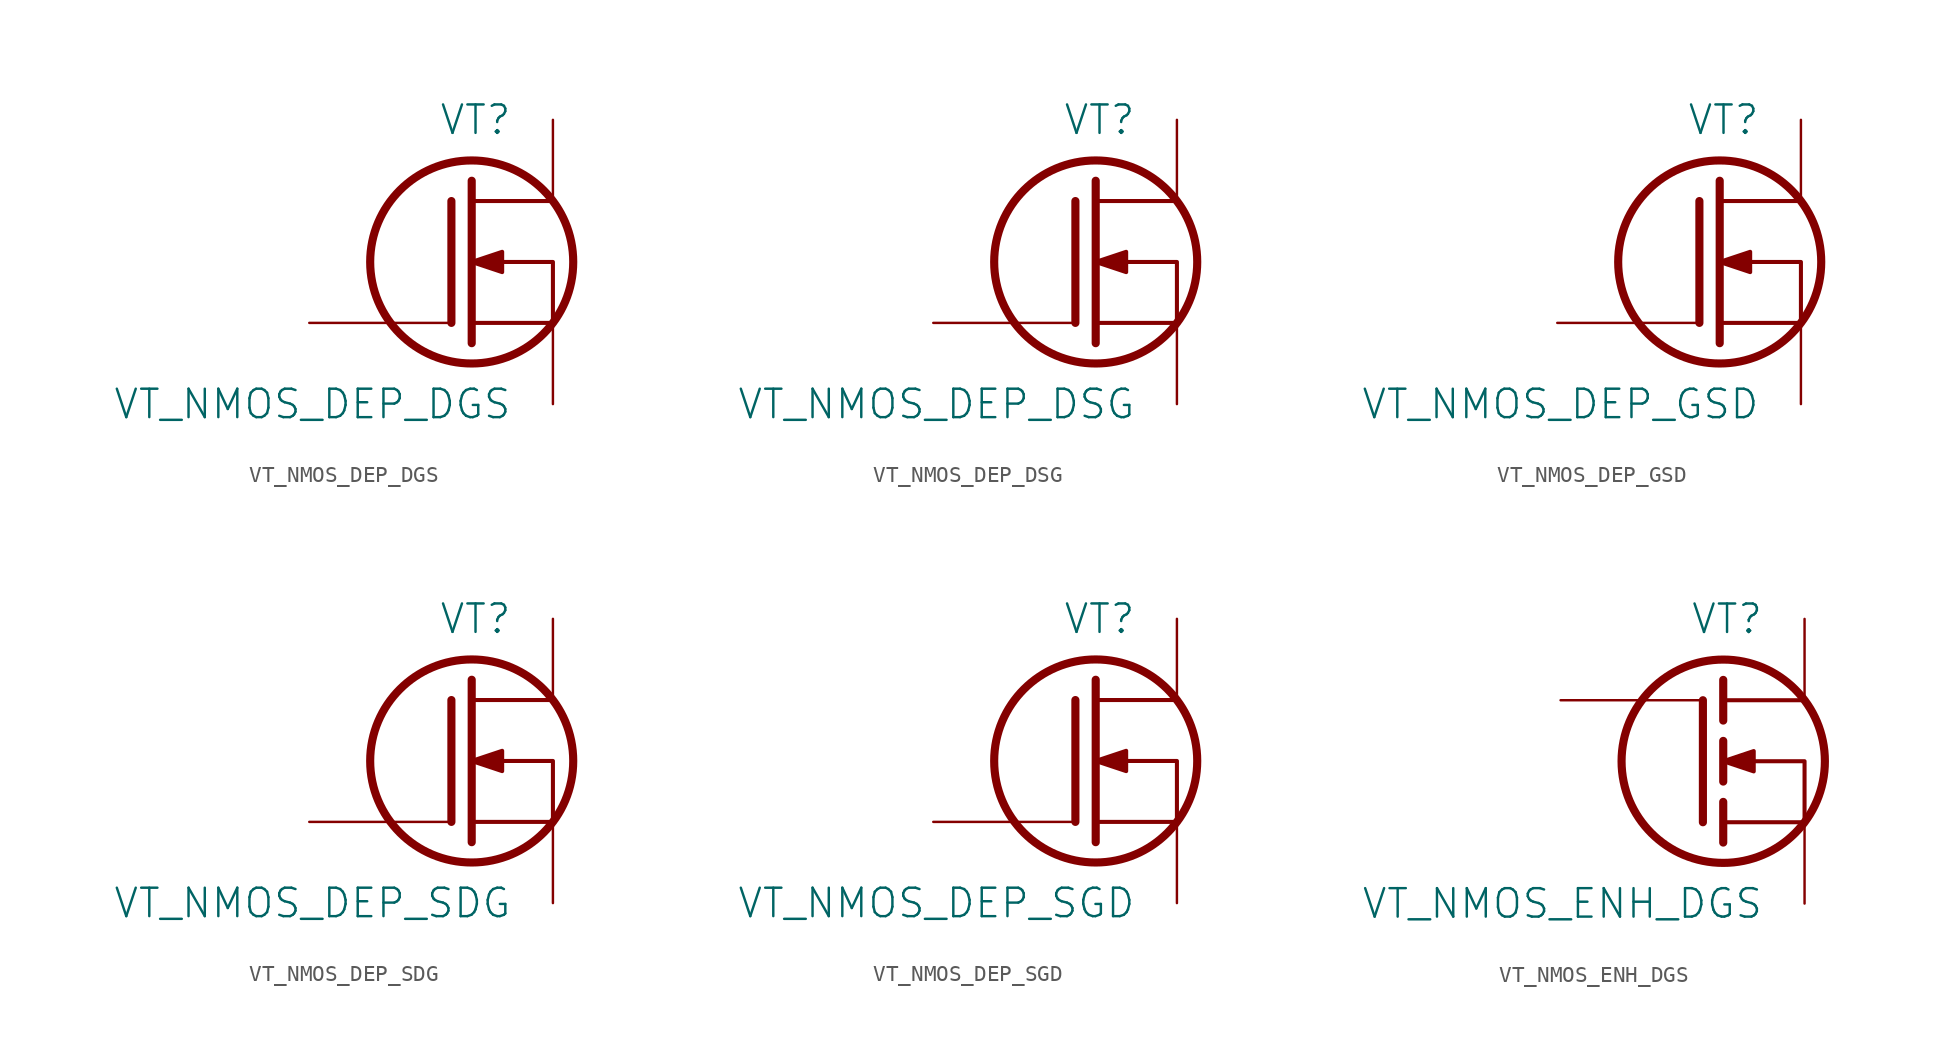
<source format=kicad_sym>
(kicad_symbol_lib
  (version 20211014)
  (generator kicad_symbol_editor)
  (symbol "VT_NMOS_DEP_DGS"
    (pin_names
      (offset 0))
    (property "Reference" "VT"
      (at 2.54 8.89 0)
      (effects (font (size 1.778 1.778)) (justify right)))
    (property "Value" "VT_NMOS_DEP_DGS"
      (at 2.54 -8.89 0)
      (effects (font (size 1.778 1.778)) (justify right)))
    (symbol "VT_NMOS_DEP_DGS_0_1"
      (polyline (pts (xy -10.16 -3.81) (xy -1.27 -3.81)) (stroke (width 0) (type default) (color 0 0 0 0)) (fill (type none)))
      (polyline (pts (xy -1.27 3.81) (xy -1.27 -3.81)) (stroke (width 0.508) (type default) (color 0 0 0 0)) (fill (type none)))
      (polyline (pts (xy 0 -3.81) (xy 5.08 -3.81)) (stroke (width 0.254) (type default) (color 0 0 0 0)) (fill (type none)))
      (polyline (pts (xy 0 3.81) (xy 5.08 3.81)) (stroke (width 0.254) (type default) (color 0 0 0 0)) (fill (type none)))
      (polyline (pts (xy 0 5.08) (xy 0 -5.08)) (stroke (width 0.508) (type default) (color 0 0 0 0)) (fill (type none)))
      (polyline (pts (xy 5.08 -3.81) (xy 5.08 -8.89)) (stroke (width 0) (type default) (color 0 0 0 0)) (fill (type none)))
      (polyline (pts (xy 5.08 3.81) (xy 5.08 8.89)) (stroke (width 0) (type default) (color 0 0 0 0)) (fill (type none)))
      (polyline (pts (xy 0 0) (xy 5.08 0) (xy 5.08 -3.81)) (stroke (width 0.254) (type default) (color 0 0 0 0)) (fill (type none)))
      (polyline (pts (xy 1.905 -0.635) (xy 0 0) (xy 1.905 0.635) (xy 1.905 -0.635)) (stroke (width 0.254) (type default) (color 0 0 0 0)) (fill (type outline)))
      (circle (center 0 0) (radius 6.35) (stroke (width 0.508) (type default) (color 0 0 0 0)) (fill (type none))))
    (symbol "VT_NMOS_DEP_DGS_1_1"
      (pin passive line (at 5.08 8.89 270) (length 2.54) hide (name "D" (effects (font (size 1.27 1.27)))) (number "1" (effects (font (size 1.27 1.27)))))
      (pin passive line (at -10.16 -3.81 0) (length 2.54) hide (name "G" (effects (font (size 1.27 1.27)))) (number "2" (effects (font (size 1.27 1.27)))))
      (pin passive line (at 5.08 -8.89 90) (length 2.54) hide (name "S" (effects (font (size 1.27 1.27)))) (number "3" (effects (font (size 1.27 1.27)))))))
  (symbol "VT_NMOS_DEP_DSG"
    (pin_names
      (offset 0))
    (property "Reference" "VT"
      (at 2.54 8.89 0)
      (effects (font (size 1.778 1.778)) (justify right)))
    (property "Value" "VT_NMOS_DEP_DSG"
      (at 2.54 -8.89 0)
      (effects (font (size 1.778 1.778)) (justify right)))
    (symbol "VT_NMOS_DEP_DSG_0_1"
      (polyline (pts (xy -10.16 -3.81) (xy -1.27 -3.81)) (stroke (width 0) (type default) (color 0 0 0 0)) (fill (type none)))
      (polyline (pts (xy -1.27 3.81) (xy -1.27 -3.81)) (stroke (width 0.508) (type default) (color 0 0 0 0)) (fill (type none)))
      (polyline (pts (xy 0 -3.81) (xy 5.08 -3.81)) (stroke (width 0.254) (type default) (color 0 0 0 0)) (fill (type none)))
      (polyline (pts (xy 0 3.81) (xy 5.08 3.81)) (stroke (width 0.254) (type default) (color 0 0 0 0)) (fill (type none)))
      (polyline (pts (xy 0 5.08) (xy 0 -5.08)) (stroke (width 0.508) (type default) (color 0 0 0 0)) (fill (type none)))
      (polyline (pts (xy 5.08 -3.81) (xy 5.08 -8.89)) (stroke (width 0) (type default) (color 0 0 0 0)) (fill (type none)))
      (polyline (pts (xy 5.08 3.81) (xy 5.08 8.89)) (stroke (width 0) (type default) (color 0 0 0 0)) (fill (type none)))
      (polyline (pts (xy 0 0) (xy 5.08 0) (xy 5.08 -3.81)) (stroke (width 0.254) (type default) (color 0 0 0 0)) (fill (type none)))
      (polyline (pts (xy 1.905 -0.635) (xy 0 0) (xy 1.905 0.635) (xy 1.905 -0.635)) (stroke (width 0.254) (type default) (color 0 0 0 0)) (fill (type outline)))
      (circle (center 0 0) (radius 6.35) (stroke (width 0.508) (type default) (color 0 0 0 0)) (fill (type none))))
    (symbol "VT_NMOS_DEP_DSG_1_1"
      (pin passive line (at 5.08 8.89 270) (length 2.54) hide (name "D" (effects (font (size 1.27 1.27)))) (number "1" (effects (font (size 1.27 1.27)))))
      (pin passive line (at 5.08 -8.89 90) (length 2.54) hide (name "S" (effects (font (size 1.27 1.27)))) (number "2" (effects (font (size 1.27 1.27)))))
      (pin passive line (at -10.16 -3.81 0) (length 2.54) hide (name "G" (effects (font (size 1.27 1.27)))) (number "3" (effects (font (size 1.27 1.27)))))))
  (symbol "VT_NMOS_DEP_GSD"
    (pin_names
      (offset 0))
    (property "Reference" "VT"
      (at 2.54 8.89 0)
      (effects (font (size 1.778 1.778)) (justify right)))
    (property "Value" "VT_NMOS_DEP_GSD"
      (at 2.54 -8.89 0)
      (effects (font (size 1.778 1.778)) (justify right)))
    (symbol "VT_NMOS_DEP_GSD_0_1"
      (polyline (pts (xy -10.16 -3.81) (xy -1.27 -3.81)) (stroke (width 0) (type default) (color 0 0 0 0)) (fill (type none)))
      (polyline (pts (xy -1.27 3.81) (xy -1.27 -3.81)) (stroke (width 0.508) (type default) (color 0 0 0 0)) (fill (type none)))
      (polyline (pts (xy 0 -3.81) (xy 5.08 -3.81)) (stroke (width 0.254) (type default) (color 0 0 0 0)) (fill (type none)))
      (polyline (pts (xy 0 3.81) (xy 5.08 3.81)) (stroke (width 0.254) (type default) (color 0 0 0 0)) (fill (type none)))
      (polyline (pts (xy 0 5.08) (xy 0 -5.08)) (stroke (width 0.508) (type default) (color 0 0 0 0)) (fill (type none)))
      (polyline (pts (xy 5.08 -3.81) (xy 5.08 -8.89)) (stroke (width 0) (type default) (color 0 0 0 0)) (fill (type none)))
      (polyline (pts (xy 5.08 3.81) (xy 5.08 8.89)) (stroke (width 0) (type default) (color 0 0 0 0)) (fill (type none)))
      (polyline (pts (xy 0 0) (xy 5.08 0) (xy 5.08 -3.81)) (stroke (width 0.254) (type default) (color 0 0 0 0)) (fill (type none)))
      (polyline (pts (xy 1.905 -0.635) (xy 0 0) (xy 1.905 0.635) (xy 1.905 -0.635)) (stroke (width 0.254) (type default) (color 0 0 0 0)) (fill (type outline)))
      (circle (center 0 0) (radius 6.35) (stroke (width 0.508) (type default) (color 0 0 0 0)) (fill (type none))))
    (symbol "VT_NMOS_DEP_GSD_1_1"
      (pin passive line (at -10.16 -3.81 0) (length 2.54) hide (name "G" (effects (font (size 1.27 1.27)))) (number "1" (effects (font (size 1.27 1.27)))))
      (pin passive line (at 5.08 -8.89 90) (length 2.54) hide (name "S" (effects (font (size 1.27 1.27)))) (number "2" (effects (font (size 1.27 1.27)))))
      (pin passive line (at 5.08 8.89 270) (length 2.54) hide (name "D" (effects (font (size 1.27 1.27)))) (number "3" (effects (font (size 1.27 1.27)))))))
  (symbol "VT_NMOS_DEP_SDG"
    (pin_names
      (offset 0))
    (property "Reference" "VT"
      (at 2.54 8.89 0)
      (effects (font (size 1.778 1.778)) (justify right)))
    (property "Value" "VT_NMOS_DEP_SDG"
      (at 2.54 -8.89 0)
      (effects (font (size 1.778 1.778)) (justify right)))
    (symbol "VT_NMOS_DEP_SDG_0_1"
      (polyline (pts (xy -10.16 -3.81) (xy -1.27 -3.81)) (stroke (width 0) (type default) (color 0 0 0 0)) (fill (type none)))
      (polyline (pts (xy -1.27 3.81) (xy -1.27 -3.81)) (stroke (width 0.508) (type default) (color 0 0 0 0)) (fill (type none)))
      (polyline (pts (xy 0 -3.81) (xy 5.08 -3.81)) (stroke (width 0.254) (type default) (color 0 0 0 0)) (fill (type none)))
      (polyline (pts (xy 0 3.81) (xy 5.08 3.81)) (stroke (width 0.254) (type default) (color 0 0 0 0)) (fill (type none)))
      (polyline (pts (xy 0 5.08) (xy 0 -5.08)) (stroke (width 0.508) (type default) (color 0 0 0 0)) (fill (type none)))
      (polyline (pts (xy 5.08 -3.81) (xy 5.08 -8.89)) (stroke (width 0) (type default) (color 0 0 0 0)) (fill (type none)))
      (polyline (pts (xy 5.08 3.81) (xy 5.08 8.89)) (stroke (width 0) (type default) (color 0 0 0 0)) (fill (type none)))
      (polyline (pts (xy 0 0) (xy 5.08 0) (xy 5.08 -3.81)) (stroke (width 0.254) (type default) (color 0 0 0 0)) (fill (type none)))
      (polyline (pts (xy 1.905 -0.635) (xy 0 0) (xy 1.905 0.635) (xy 1.905 -0.635)) (stroke (width 0.254) (type default) (color 0 0 0 0)) (fill (type outline)))
      (circle (center 0 0) (radius 6.35) (stroke (width 0.508) (type default) (color 0 0 0 0)) (fill (type none))))
    (symbol "VT_NMOS_DEP_SDG_1_1"
      (pin passive line (at 5.08 -8.89 90) (length 2.54) hide (name "S" (effects (font (size 1.27 1.27)))) (number "1" (effects (font (size 1.27 1.27)))))
      (pin passive line (at 5.08 8.89 270) (length 2.54) hide (name "D" (effects (font (size 1.27 1.27)))) (number "2" (effects (font (size 1.27 1.27)))))
      (pin passive line (at -10.16 -3.81 0) (length 2.54) hide (name "G" (effects (font (size 1.27 1.27)))) (number "3" (effects (font (size 1.27 1.27)))))))
  (symbol "VT_NMOS_DEP_SGD"
    (pin_names
      (offset 0))
    (property "Reference" "VT"
      (at 2.54 8.89 0)
      (effects (font (size 1.778 1.778)) (justify right)))
    (property "Value" "VT_NMOS_DEP_SGD"
      (at 2.54 -8.89 0)
      (effects (font (size 1.778 1.778)) (justify right)))
    (symbol "VT_NMOS_DEP_SGD_0_1"
      (polyline (pts (xy -10.16 -3.81) (xy -1.27 -3.81)) (stroke (width 0) (type default) (color 0 0 0 0)) (fill (type none)))
      (polyline (pts (xy -1.27 3.81) (xy -1.27 -3.81)) (stroke (width 0.508) (type default) (color 0 0 0 0)) (fill (type none)))
      (polyline (pts (xy 0 -3.81) (xy 5.08 -3.81)) (stroke (width 0.254) (type default) (color 0 0 0 0)) (fill (type none)))
      (polyline (pts (xy 0 3.81) (xy 5.08 3.81)) (stroke (width 0.254) (type default) (color 0 0 0 0)) (fill (type none)))
      (polyline (pts (xy 0 5.08) (xy 0 -5.08)) (stroke (width 0.508) (type default) (color 0 0 0 0)) (fill (type none)))
      (polyline (pts (xy 5.08 -3.81) (xy 5.08 -8.89)) (stroke (width 0) (type default) (color 0 0 0 0)) (fill (type none)))
      (polyline (pts (xy 5.08 3.81) (xy 5.08 8.89)) (stroke (width 0) (type default) (color 0 0 0 0)) (fill (type none)))
      (polyline (pts (xy 0 0) (xy 5.08 0) (xy 5.08 -3.81)) (stroke (width 0.254) (type default) (color 0 0 0 0)) (fill (type none)))
      (polyline (pts (xy 1.905 -0.635) (xy 0 0) (xy 1.905 0.635) (xy 1.905 -0.635)) (stroke (width 0.254) (type default) (color 0 0 0 0)) (fill (type outline)))
      (circle (center 0 0) (radius 6.35) (stroke (width 0.508) (type default) (color 0 0 0 0)) (fill (type none))))
    (symbol "VT_NMOS_DEP_SGD_1_1"
      (pin passive line (at 5.08 -8.89 90) (length 2.54) hide (name "S" (effects (font (size 1.27 1.27)))) (number "1" (effects (font (size 1.27 1.27)))))
      (pin passive line (at -10.16 -3.81 0) (length 2.54) hide (name "G" (effects (font (size 1.27 1.27)))) (number "2" (effects (font (size 1.27 1.27)))))
      (pin passive line (at 5.08 8.89 270) (length 2.54) hide (name "D" (effects (font (size 1.27 1.27)))) (number "3" (effects (font (size 1.27 1.27)))))))
  (symbol "VT_NMOS_ENH_DGS"
    (pin_names
      (offset 0))
    (property "Reference" "VT"
      (at 2.54 8.89 0)
      (effects (font (size 1.778 1.778)) (justify right)))
    (property "Value" "VT_NMOS_ENH_DGS"
      (at 2.54 -8.89 0)
      (effects (font (size 1.778 1.778)) (justify right)))
    (symbol "VT_NMOS_ENH_DGS_0_1"
      (polyline (pts (xy -10.16 3.81) (xy -1.27 3.81)) (stroke (width 0) (type default) (color 0 0 0 0)) (fill (type none)))
      (polyline (pts (xy -1.27 -3.81) (xy -1.27 3.81)) (stroke (width 0.508) (type default) (color 0 0 0 0)) (fill (type none)))
      (polyline (pts (xy 0 -3.81) (xy 5.08 -3.81)) (stroke (width 0.254) (type default) (color 0 0 0 0)) (fill (type none)))
      (polyline (pts (xy 0 -2.54) (xy 0 -5.08)) (stroke (width 0.508) (type default) (color 0 0 0 0)) (fill (type none)))
      (polyline (pts (xy 0 1.27) (xy 0 -1.27)) (stroke (width 0.508) (type default) (color 0 0 0 0)) (fill (type none)))
      (polyline (pts (xy 0 3.81) (xy 5.08 3.81)) (stroke (width 0.254) (type default) (color 0 0 0 0)) (fill (type none)))
      (polyline (pts (xy 0 5.08) (xy 0 2.54)) (stroke (width 0.508) (type default) (color 0 0 0 0)) (fill (type none)))
      (polyline (pts (xy 5.08 -3.81) (xy 5.08 -8.89)) (stroke (width 0) (type default) (color 0 0 0 0)) (fill (type none)))
      (polyline (pts (xy 5.08 8.89) (xy 5.08 3.81)) (stroke (width 0) (type default) (color 0 0 0 0)) (fill (type none)))
      (polyline (pts (xy 0 0) (xy 5.08 0) (xy 5.08 -3.81)) (stroke (width 0.254) (type default) (color 0 0 0 0)) (fill (type none)))
      (polyline (pts (xy 1.905 -0.635) (xy 0 0) (xy 1.905 0.635) (xy 1.905 -0.635)) (stroke (width 0.254) (type default) (color 0 0 0 0)) (fill (type outline)))
      (circle (center 0 0) (radius 6.35) (stroke (width 0.508) (type default) (color 0 0 0 0)) (fill (type none))))
    (symbol "VT_NMOS_ENH_DGS_1_1"
      (pin passive line (at 5.08 8.89 270) (length 2.54) hide (name "D" (effects (font (size 1.27 1.27)))) (number "1" (effects (font (size 1.27 1.27)))))
      (pin passive line (at -10.16 3.81 0) (length 2.54) hide (name "G" (effects (font (size 1.27 1.27)))) (number "2" (effects (font (size 1.27 1.27)))))
      (pin passive line (at 5.08 -8.89 90) (length 2.54) hide (name "S" (effects (font (size 1.27 1.27)))) (number "3" (effects (font (size 1.27 1.27))))))))
</source>
